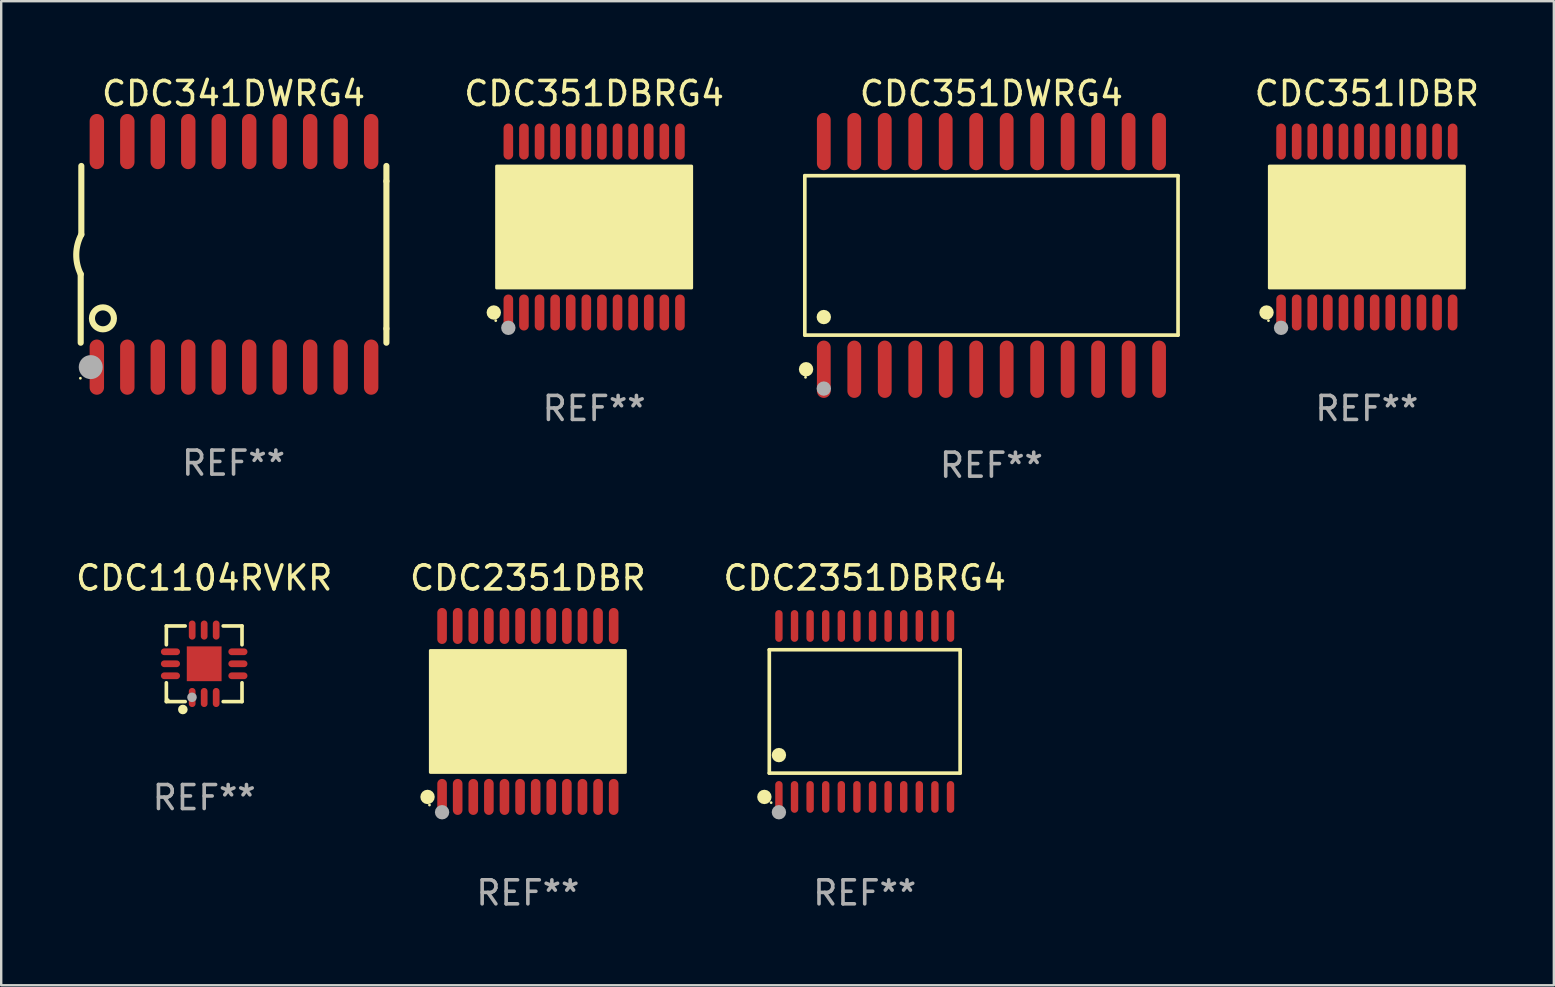
<source format=kicad_pcb>
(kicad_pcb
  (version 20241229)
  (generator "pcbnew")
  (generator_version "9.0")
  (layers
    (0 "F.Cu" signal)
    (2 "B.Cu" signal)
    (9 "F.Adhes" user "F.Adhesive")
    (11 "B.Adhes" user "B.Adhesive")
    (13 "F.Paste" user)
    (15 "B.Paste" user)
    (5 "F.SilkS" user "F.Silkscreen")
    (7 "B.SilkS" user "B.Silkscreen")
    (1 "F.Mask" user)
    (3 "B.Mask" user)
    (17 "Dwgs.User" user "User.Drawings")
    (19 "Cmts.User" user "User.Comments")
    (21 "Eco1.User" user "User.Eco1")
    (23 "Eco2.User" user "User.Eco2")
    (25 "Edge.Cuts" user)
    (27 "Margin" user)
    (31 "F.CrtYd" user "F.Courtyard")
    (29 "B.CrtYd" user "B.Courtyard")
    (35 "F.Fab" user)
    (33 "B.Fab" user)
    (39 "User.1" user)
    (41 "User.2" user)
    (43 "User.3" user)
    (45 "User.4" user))
  (footprint "CDC2351DBR"
    (layer "F.Cu")
    (at 18.946 26.595)
    (property "Reference" "CDC2351DBR" (at 0 -5.562 0) (layer "F.SilkS") (effects (font (size 1 1) (thickness 0.15))))
    (attr through_hole)
    (fp_circle (center -4.181 3.562) (end -4.031 3.562) (stroke (width 0.3) (type solid)) (fill no) (layer "F.SilkS"))
    (fp_circle (center -4.1 3.9) (end -4.07 3.9) (stroke (width 0.06) (type solid)) (fill no) (layer "F.SilkS"))
    (fp_circle (center -3.575 1.819) (end -3.425 1.819) (stroke (width 0.3) (type solid)) (fill no) (layer "F.SilkS"))
    (fp_poly (pts (xy -4.064 -2.54) (xy 4.064 -2.54) (xy 4.064 2.54) (xy -4.064 2.54)) (stroke (width 0.12) (type solid)) (fill yes) (layer "F.SilkS"))
    (fp_circle (center -3.575 4.2) (end -3.425 4.2) (stroke (width 0.3) (type solid)) (fill no) (layer "F.Fab"))
    (fp_text user "REF**" (at 0 7.562 0) (layer "F.Fab") (effects (font (size 1 1) (thickness 0.15))))
    (pad "1" smd oval (at -3.575 3.562) (size 0.4 1.5) (layers "F.Cu" "F.Mask" "F.Paste"))
    (pad "2" smd oval (at -2.925 3.562) (size 0.4 1.5) (layers "F.Cu" "F.Mask" "F.Paste"))
    (pad "3" smd oval (at -2.275 3.562) (size 0.4 1.5) (layers "F.Cu" "F.Mask" "F.Paste"))
    (pad "4" smd oval (at -1.625 3.562) (size 0.4 1.5) (layers "F.Cu" "F.Mask" "F.Paste"))
    (pad "5" smd oval (at -0.975 3.562) (size 0.4 1.5) (layers "F.Cu" "F.Mask" "F.Paste"))
    (pad "6" smd oval (at -0.325 3.562) (size 0.4 1.5) (layers "F.Cu" "F.Mask" "F.Paste"))
    (pad "7" smd oval (at 0.325 3.562) (size 0.4 1.5) (layers "F.Cu" "F.Mask" "F.Paste"))
    (pad "8" smd oval (at 0.975 3.562) (size 0.4 1.5) (layers "F.Cu" "F.Mask" "F.Paste"))
    (pad "9" smd oval (at 1.625 3.562) (size 0.4 1.5) (layers "F.Cu" "F.Mask" "F.Paste"))
    (pad "10" smd oval (at 2.275 3.562) (size 0.4 1.5) (layers "F.Cu" "F.Mask" "F.Paste"))
    (pad "11" smd oval (at 2.925 3.562) (size 0.4 1.5) (layers "F.Cu" "F.Mask" "F.Paste"))
    (pad "12" smd oval (at 3.575 3.562) (size 0.4 1.5) (layers "F.Cu" "F.Mask" "F.Paste"))
    (pad "13" smd oval (at 3.575 -3.562) (size 0.4 1.5) (layers "F.Cu" "F.Mask" "F.Paste"))
    (pad "14" smd oval (at 2.925 -3.562) (size 0.4 1.5) (layers "F.Cu" "F.Mask" "F.Paste"))
    (pad "15" smd oval (at 2.275 -3.562) (size 0.4 1.5) (layers "F.Cu" "F.Mask" "F.Paste"))
    (pad "16" smd oval (at 1.625 -3.562) (size 0.4 1.5) (layers "F.Cu" "F.Mask" "F.Paste"))
    (pad "17" smd oval (at 0.975 -3.562) (size 0.4 1.5) (layers "F.Cu" "F.Mask" "F.Paste"))
    (pad "18" smd oval (at 0.325 -3.562) (size 0.4 1.5) (layers "F.Cu" "F.Mask" "F.Paste"))
    (pad "19" smd oval (at -0.325 -3.562) (size 0.4 1.5) (layers "F.Cu" "F.Mask" "F.Paste"))
    (pad "20" smd oval (at -0.975 -3.562) (size 0.4 1.5) (layers "F.Cu" "F.Mask" "F.Paste"))
    (pad "21" smd oval (at -1.625 -3.562) (size 0.4 1.5) (layers "F.Cu" "F.Mask" "F.Paste"))
    (pad "22" smd oval (at -2.275 -3.562) (size 0.4 1.5) (layers "F.Cu" "F.Mask" "F.Paste"))
    (pad "23" smd oval (at -2.925 -3.562) (size 0.4 1.5) (layers "F.Cu" "F.Mask" "F.Paste"))
    (pad "24" smd oval (at -3.575 -3.562) (size 0.4 1.5) (layers "F.Cu" "F.Mask" "F.Paste")))
  (footprint "CDC1104RVKR"
    (layer "F.Cu")
    (at 5.458 24.609)
    (property "Reference" "CDC1104RVKR" (at 0 -3.576 0) (layer "F.SilkS") (effects (font (size 1 1) (thickness 0.15))))
    (attr through_hole)
    (fp_line (start -1.576 -1.576) (end -1.576 -0.792) (stroke (width 0.152) (type solid)) (layer "F.SilkS"))
    (fp_line (start -1.576 1.576) (end -1.576 0.792) (stroke (width 0.152) (type solid)) (layer "F.SilkS"))
    (fp_line (start -0.792 -1.576) (end -1.576 -1.576) (stroke (width 0.152) (type solid)) (layer "F.SilkS"))
    (fp_line (start -0.792 1.576) (end -1.576 1.576) (stroke (width 0.152) (type solid)) (layer "F.SilkS"))
    (fp_line (start 0.792 -1.576) (end 1.576 -1.576) (stroke (width 0.152) (type solid)) (layer "F.SilkS"))
    (fp_line (start 0.792 1.576) (end 1.576 1.576) (stroke (width 0.152) (type solid)) (layer "F.SilkS"))
    (fp_line (start 1.576 -1.576) (end 1.576 -0.792) (stroke (width 0.152) (type solid)) (layer "F.SilkS"))
    (fp_line (start 1.576 1.576) (end 1.576 0.792) (stroke (width 0.152) (type solid)) (layer "F.SilkS"))
    (fp_circle (center -1.5 1.5) (end -1.47 1.5) (stroke (width 0.06) (type solid)) (fill no) (layer "F.SilkS"))
    (fp_circle (center -0.889 1.905) (end -0.789 1.905) (stroke (width 0.2) (type solid)) (fill no) (layer "F.SilkS"))
    (fp_circle (center -0.508 1.397) (end -0.408 1.397) (stroke (width 0.2) (type solid)) (fill no) (layer "F.Fab"))
    (fp_text user "REF**" (at 0 5.576 0) (layer "F.Fab") (effects (font (size 1 1) (thickness 0.15))))
    (pad "1" smd oval (at -0.5 1.405) (size 0.28 0.796) (layers "F.Cu" "F.Mask" "F.Paste"))
    (pad "2" smd oval (at 0 1.405) (size 0.28 0.796) (layers "F.Cu" "F.Mask" "F.Paste"))
    (pad "3" smd oval (at 0.5 1.405) (size 0.28 0.796) (layers "F.Cu" "F.Mask" "F.Paste"))
    (pad "4" smd oval (at 1.405 0.5) (size 0.796 0.28) (layers "F.Cu" "F.Mask" "F.Paste"))
    (pad "5" smd oval (at 1.405 0) (size 0.796 0.28) (layers "F.Cu" "F.Mask" "F.Paste"))
    (pad "6" smd oval (at 1.405 -0.5) (size 0.796 0.28) (layers "F.Cu" "F.Mask" "F.Paste"))
    (pad "7" smd oval (at 0.5 -1.405) (size 0.28 0.796) (layers "F.Cu" "F.Mask" "F.Paste"))
    (pad "8" smd oval (at 0 -1.405) (size 0.28 0.796) (layers "F.Cu" "F.Mask" "F.Paste"))
    (pad "9" smd oval (at -0.5 -1.405) (size 0.28 0.796) (layers "F.Cu" "F.Mask" "F.Paste"))
    (pad "10" smd oval (at -1.405 -0.5) (size 0.796 0.28) (layers "F.Cu" "F.Mask" "F.Paste"))
    (pad "11" smd oval (at -1.405 0) (size 0.796 0.28) (layers "F.Cu" "F.Mask" "F.Paste"))
    (pad "12" smd oval (at -1.405 0.5) (size 0.796 0.28) (layers "F.Cu" "F.Mask" "F.Paste"))
    (pad "13" smd rect (at 0 0) (size 1.45 1.45) (layers "F.Cu" "F.Mask" "F.Paste")))
  (footprint "CDC341DWRG4"
    (layer "F.Cu")
    (at 6.682 7.548)
    (property "Reference" "CDC341DWRG4" (at 0 -6.7 0) (layer "F.SilkS") (effects (font (size 1 1) (thickness 0.15))))
    (attr through_hole)
    (fp_line (start -6.369 0.826) (end -6.369 3.683) (stroke (width 0.254) (type solid)) (layer "F.SilkS"))
    (fp_line (start -6.343 -0.825) (end -6.343 -3.683) (stroke (width 0.254) (type solid)) (layer "F.SilkS"))
    (fp_line (start 6.369 -3.048) (end 6.369 -3.683) (stroke (width 0.254) (type solid)) (layer "F.SilkS"))
    (fp_line (start 6.369 -3.048) (end 6.369 3.096) (stroke (width 0.254) (type solid)) (layer "F.SilkS"))
    (fp_line (start 6.369 3.096) (end 6.369 3.683) (stroke (width 0.254) (type solid)) (layer "F.SilkS"))
    (fp_arc (start -6.36853 0.825552) (mid -6.554743 -0.00301) (end -6.343129 -0.825451) (stroke (width 0.254001) (type solid)) (layer "F.SilkS"))
    (fp_circle (center -6.382 5.163) (end -6.352 5.163) (stroke (width 0.06) (type solid)) (fill no) (layer "F.SilkS"))
    (fp_circle (center -5.443 2.667) (end -4.985 2.667) (stroke (width 0.254) (type solid)) (fill no) (layer "F.SilkS"))
    (fp_circle (center -5.951 4.699) (end -5.701 4.699) (stroke (width 0.5) (type solid)) (fill no) (layer "F.Fab"))
    (fp_text user "REF**" (at 0 8.7 0) (layer "F.Fab") (effects (font (size 1 1) (thickness 0.15))))
    (pad "1" smd oval (at -5.697 4.7 180) (size 0.6 2.3) (layers "F.Cu" "F.Mask" "F.Paste"))
    (pad "2" smd oval (at -4.427 4.7 180) (size 0.6 2.3) (layers "F.Cu" "F.Mask" "F.Paste"))
    (pad "3" smd oval (at -3.157 4.7 180) (size 0.6 2.3) (layers "F.Cu" "F.Mask" "F.Paste"))
    (pad "4" smd oval (at -1.887 4.7 180) (size 0.6 2.3) (layers "F.Cu" "F.Mask" "F.Paste"))
    (pad "5" smd oval (at -0.617 4.7 180) (size 0.6 2.3) (layers "F.Cu" "F.Mask" "F.Paste"))
    (pad "6" smd oval (at 0.653 4.7 180) (size 0.6 2.3) (layers "F.Cu" "F.Mask" "F.Paste"))
    (pad "7" smd oval (at 1.923 4.7 180) (size 0.6 2.3) (layers "F.Cu" "F.Mask" "F.Paste"))
    (pad "8" smd oval (at 3.193 4.7 180) (size 0.6 2.3) (layers "F.Cu" "F.Mask" "F.Paste"))
    (pad "9" smd oval (at 4.463 4.7 180) (size 0.6 2.3) (layers "F.Cu" "F.Mask" "F.Paste"))
    (pad "10" smd oval (at 5.734 4.7 180) (size 0.6 2.3) (layers "F.Cu" "F.Mask" "F.Paste"))
    (pad "11" smd oval (at 5.734 -4.7 180) (size 0.6 2.3) (layers "F.Cu" "F.Mask" "F.Paste"))
    (pad "12" smd oval (at 4.463 -4.7 180) (size 0.6 2.3) (layers "F.Cu" "F.Mask" "F.Paste"))
    (pad "13" smd oval (at 3.193 -4.7 180) (size 0.6 2.3) (layers "F.Cu" "F.Mask" "F.Paste"))
    (pad "14" smd oval (at 1.923 -4.7 180) (size 0.6 2.3) (layers "F.Cu" "F.Mask" "F.Paste"))
    (pad "15" smd oval (at 0.653 -4.7 180) (size 0.6 2.3) (layers "F.Cu" "F.Mask" "F.Paste"))
    (pad "16" smd oval (at -0.617 -4.7 180) (size 0.6 2.3) (layers "F.Cu" "F.Mask" "F.Paste"))
    (pad "17" smd oval (at -1.887 -4.7 180) (size 0.6 2.3) (layers "F.Cu" "F.Mask" "F.Paste"))
    (pad "18" smd oval (at -3.157 -4.7 180) (size 0.6 2.3) (layers "F.Cu" "F.Mask" "F.Paste"))
    (pad "19" smd oval (at -4.427 -4.7 180) (size 0.6 2.3) (layers "F.Cu" "F.Mask" "F.Paste"))
    (pad "20" smd oval (at -5.697 -4.7 180) (size 0.6 2.3) (layers "F.Cu" "F.Mask" "F.Paste")))
  (footprint "CDC351DBRG4"
    (layer "F.Cu")
    (at 21.707 6.41)
    (property "Reference" "CDC351DBRG4" (at 0 -5.562 0) (layer "F.SilkS") (effects (font (size 1 1) (thickness 0.15))))
    (attr through_hole)
    (fp_circle (center -4.181 3.562) (end -4.031 3.562) (stroke (width 0.3) (type solid)) (fill no) (layer "F.SilkS"))
    (fp_circle (center -4.1 3.9) (end -4.07 3.9) (stroke (width 0.06) (type solid)) (fill no) (layer "F.SilkS"))
    (fp_circle (center -3.575 1.819) (end -3.425 1.819) (stroke (width 0.3) (type solid)) (fill no) (layer "F.SilkS"))
    (fp_poly (pts (xy -4.064 -2.54) (xy 4.064 -2.54) (xy 4.064 2.54) (xy -4.064 2.54)) (stroke (width 0.12) (type solid)) (fill yes) (layer "F.SilkS"))
    (fp_circle (center -3.575 4.2) (end -3.425 4.2) (stroke (width 0.3) (type solid)) (fill no) (layer "F.Fab"))
    (fp_text user "REF**" (at 0 7.562 0) (layer "F.Fab") (effects (font (size 1 1) (thickness 0.15))))
    (pad "1" smd oval (at -3.575 3.562) (size 0.4 1.5) (layers "F.Cu" "F.Mask" "F.Paste"))
    (pad "2" smd oval (at -2.925 3.562) (size 0.4 1.5) (layers "F.Cu" "F.Mask" "F.Paste"))
    (pad "3" smd oval (at -2.275 3.562) (size 0.4 1.5) (layers "F.Cu" "F.Mask" "F.Paste"))
    (pad "4" smd oval (at -1.625 3.562) (size 0.4 1.5) (layers "F.Cu" "F.Mask" "F.Paste"))
    (pad "5" smd oval (at -0.975 3.562) (size 0.4 1.5) (layers "F.Cu" "F.Mask" "F.Paste"))
    (pad "6" smd oval (at -0.325 3.562) (size 0.4 1.5) (layers "F.Cu" "F.Mask" "F.Paste"))
    (pad "7" smd oval (at 0.325 3.562) (size 0.4 1.5) (layers "F.Cu" "F.Mask" "F.Paste"))
    (pad "8" smd oval (at 0.975 3.562) (size 0.4 1.5) (layers "F.Cu" "F.Mask" "F.Paste"))
    (pad "9" smd oval (at 1.625 3.562) (size 0.4 1.5) (layers "F.Cu" "F.Mask" "F.Paste"))
    (pad "10" smd oval (at 2.275 3.562) (size 0.4 1.5) (layers "F.Cu" "F.Mask" "F.Paste"))
    (pad "11" smd oval (at 2.925 3.562) (size 0.4 1.5) (layers "F.Cu" "F.Mask" "F.Paste"))
    (pad "12" smd oval (at 3.575 3.562) (size 0.4 1.5) (layers "F.Cu" "F.Mask" "F.Paste"))
    (pad "13" smd oval (at 3.575 -3.562) (size 0.4 1.5) (layers "F.Cu" "F.Mask" "F.Paste"))
    (pad "14" smd oval (at 2.925 -3.562) (size 0.4 1.5) (layers "F.Cu" "F.Mask" "F.Paste"))
    (pad "15" smd oval (at 2.275 -3.562) (size 0.4 1.5) (layers "F.Cu" "F.Mask" "F.Paste"))
    (pad "16" smd oval (at 1.625 -3.562) (size 0.4 1.5) (layers "F.Cu" "F.Mask" "F.Paste"))
    (pad "17" smd oval (at 0.975 -3.562) (size 0.4 1.5) (layers "F.Cu" "F.Mask" "F.Paste"))
    (pad "18" smd oval (at 0.325 -3.562) (size 0.4 1.5) (layers "F.Cu" "F.Mask" "F.Paste"))
    (pad "19" smd oval (at -0.325 -3.562) (size 0.4 1.5) (layers "F.Cu" "F.Mask" "F.Paste"))
    (pad "20" smd oval (at -0.975 -3.562) (size 0.4 1.5) (layers "F.Cu" "F.Mask" "F.Paste"))
    (pad "21" smd oval (at -1.625 -3.562) (size 0.4 1.5) (layers "F.Cu" "F.Mask" "F.Paste"))
    (pad "22" smd oval (at -2.275 -3.562) (size 0.4 1.5) (layers "F.Cu" "F.Mask" "F.Paste"))
    (pad "23" smd oval (at -2.925 -3.562) (size 0.4 1.5) (layers "F.Cu" "F.Mask" "F.Paste"))
    (pad "24" smd oval (at -3.575 -3.562) (size 0.4 1.5) (layers "F.Cu" "F.Mask" "F.Paste")))
  (footprint "CDC351IDBR"
    (layer "F.Cu")
    (at 53.906 6.41)
    (property "Reference" "CDC351IDBR" (at 0 -5.562 0) (layer "F.SilkS") (effects (font (size 1 1) (thickness 0.15))))
    (attr through_hole)
    (fp_circle (center -4.181 3.562) (end -4.031 3.562) (stroke (width 0.3) (type solid)) (fill no) (layer "F.SilkS"))
    (fp_circle (center -4.1 3.9) (end -4.07 3.9) (stroke (width 0.06) (type solid)) (fill no) (layer "F.SilkS"))
    (fp_circle (center -3.575 1.819) (end -3.425 1.819) (stroke (width 0.3) (type solid)) (fill no) (layer "F.SilkS"))
    (fp_poly (pts (xy -4.064 -2.54) (xy 4.064 -2.54) (xy 4.064 2.54) (xy -4.064 2.54)) (stroke (width 0.12) (type solid)) (fill yes) (layer "F.SilkS"))
    (fp_circle (center -3.575 4.2) (end -3.425 4.2) (stroke (width 0.3) (type solid)) (fill no) (layer "F.Fab"))
    (fp_text user "REF**" (at 0 7.562 0) (layer "F.Fab") (effects (font (size 1 1) (thickness 0.15))))
    (pad "1" smd oval (at -3.575 3.562) (size 0.4 1.5) (layers "F.Cu" "F.Mask" "F.Paste"))
    (pad "2" smd oval (at -2.925 3.562) (size 0.4 1.5) (layers "F.Cu" "F.Mask" "F.Paste"))
    (pad "3" smd oval (at -2.275 3.562) (size 0.4 1.5) (layers "F.Cu" "F.Mask" "F.Paste"))
    (pad "4" smd oval (at -1.625 3.562) (size 0.4 1.5) (layers "F.Cu" "F.Mask" "F.Paste"))
    (pad "5" smd oval (at -0.975 3.562) (size 0.4 1.5) (layers "F.Cu" "F.Mask" "F.Paste"))
    (pad "6" smd oval (at -0.325 3.562) (size 0.4 1.5) (layers "F.Cu" "F.Mask" "F.Paste"))
    (pad "7" smd oval (at 0.325 3.562) (size 0.4 1.5) (layers "F.Cu" "F.Mask" "F.Paste"))
    (pad "8" smd oval (at 0.975 3.562) (size 0.4 1.5) (layers "F.Cu" "F.Mask" "F.Paste"))
    (pad "9" smd oval (at 1.625 3.562) (size 0.4 1.5) (layers "F.Cu" "F.Mask" "F.Paste"))
    (pad "10" smd oval (at 2.275 3.562) (size 0.4 1.5) (layers "F.Cu" "F.Mask" "F.Paste"))
    (pad "11" smd oval (at 2.925 3.562) (size 0.4 1.5) (layers "F.Cu" "F.Mask" "F.Paste"))
    (pad "12" smd oval (at 3.575 3.562) (size 0.4 1.5) (layers "F.Cu" "F.Mask" "F.Paste"))
    (pad "13" smd oval (at 3.575 -3.562) (size 0.4 1.5) (layers "F.Cu" "F.Mask" "F.Paste"))
    (pad "14" smd oval (at 2.925 -3.562) (size 0.4 1.5) (layers "F.Cu" "F.Mask" "F.Paste"))
    (pad "15" smd oval (at 2.275 -3.562) (size 0.4 1.5) (layers "F.Cu" "F.Mask" "F.Paste"))
    (pad "16" smd oval (at 1.625 -3.562) (size 0.4 1.5) (layers "F.Cu" "F.Mask" "F.Paste"))
    (pad "17" smd oval (at 0.975 -3.562) (size 0.4 1.5) (layers "F.Cu" "F.Mask" "F.Paste"))
    (pad "18" smd oval (at 0.325 -3.562) (size 0.4 1.5) (layers "F.Cu" "F.Mask" "F.Paste"))
    (pad "19" smd oval (at -0.325 -3.562) (size 0.4 1.5) (layers "F.Cu" "F.Mask" "F.Paste"))
    (pad "20" smd oval (at -0.975 -3.562) (size 0.4 1.5) (layers "F.Cu" "F.Mask" "F.Paste"))
    (pad "21" smd oval (at -1.625 -3.562) (size 0.4 1.5) (layers "F.Cu" "F.Mask" "F.Paste"))
    (pad "22" smd oval (at -2.275 -3.562) (size 0.4 1.5) (layers "F.Cu" "F.Mask" "F.Paste"))
    (pad "23" smd oval (at -2.925 -3.562) (size 0.4 1.5) (layers "F.Cu" "F.Mask" "F.Paste"))
    (pad "24" smd oval (at -3.575 -3.562) (size 0.4 1.5) (layers "F.Cu" "F.Mask" "F.Paste")))
  (footprint "CDC2351DBRG4"
    (layer "F.Cu")
    (at 32.982 26.595)
    (property "Reference" "CDC2351DBRG4" (at 0 -5.562 0) (layer "F.SilkS") (effects (font (size 1 1) (thickness 0.15))))
    (attr through_hole)
    (fp_line (start -3.976 -2.571) (end 3.976 -2.571) (stroke (width 0.152) (type solid)) (layer "F.SilkS"))
    (fp_line (start -3.976 2.571) (end -3.976 -2.571) (stroke (width 0.152) (type solid)) (layer "F.SilkS"))
    (fp_line (start 3.976 -2.571) (end 3.976 2.571) (stroke (width 0.152) (type solid)) (layer "F.SilkS"))
    (fp_line (start 3.976 2.571) (end -3.976 2.571) (stroke (width 0.152) (type solid)) (layer "F.SilkS"))
    (fp_circle (center -4.181 3.562) (end -4.031 3.562) (stroke (width 0.3) (type solid)) (fill no) (layer "F.SilkS"))
    (fp_circle (center -3.9 3.8) (end -3.87 3.8) (stroke (width 0.06) (type solid)) (fill no) (layer "F.SilkS"))
    (fp_circle (center -3.575 1.819) (end -3.425 1.819) (stroke (width 0.3) (type solid)) (fill no) (layer "F.SilkS"))
    (fp_circle (center -3.575 4.2) (end -3.425 4.2) (stroke (width 0.3) (type solid)) (fill no) (layer "F.Fab"))
    (fp_text user "REF**" (at 0 7.562 0) (layer "F.Fab") (effects (font (size 1 1) (thickness 0.15))))
    (pad "1" smd oval (at -3.575 3.562) (size 0.308 1.324) (layers "F.Cu" "F.Mask" "F.Paste"))
    (pad "2" smd oval (at -2.925 3.562) (size 0.308 1.324) (layers "F.Cu" "F.Mask" "F.Paste"))
    (pad "3" smd oval (at -2.275 3.562) (size 0.308 1.324) (layers "F.Cu" "F.Mask" "F.Paste"))
    (pad "4" smd oval (at -1.625 3.562) (size 0.308 1.324) (layers "F.Cu" "F.Mask" "F.Paste"))
    (pad "5" smd oval (at -0.975 3.562) (size 0.308 1.324) (layers "F.Cu" "F.Mask" "F.Paste"))
    (pad "6" smd oval (at -0.325 3.562) (size 0.308 1.324) (layers "F.Cu" "F.Mask" "F.Paste"))
    (pad "7" smd oval (at 0.325 3.562) (size 0.308 1.324) (layers "F.Cu" "F.Mask" "F.Paste"))
    (pad "8" smd oval (at 0.975 3.562) (size 0.308 1.324) (layers "F.Cu" "F.Mask" "F.Paste"))
    (pad "9" smd oval (at 1.625 3.562) (size 0.308 1.324) (layers "F.Cu" "F.Mask" "F.Paste"))
    (pad "10" smd oval (at 2.275 3.562) (size 0.308 1.324) (layers "F.Cu" "F.Mask" "F.Paste"))
    (pad "11" smd oval (at 2.925 3.562) (size 0.308 1.324) (layers "F.Cu" "F.Mask" "F.Paste"))
    (pad "12" smd oval (at 3.575 3.562) (size 0.308 1.324) (layers "F.Cu" "F.Mask" "F.Paste"))
    (pad "13" smd oval (at 3.575 -3.562) (size 0.308 1.324) (layers "F.Cu" "F.Mask" "F.Paste"))
    (pad "14" smd oval (at 2.925 -3.562) (size 0.308 1.324) (layers "F.Cu" "F.Mask" "F.Paste"))
    (pad "15" smd oval (at 2.275 -3.562) (size 0.308 1.324) (layers "F.Cu" "F.Mask" "F.Paste"))
    (pad "16" smd oval (at 1.625 -3.562) (size 0.308 1.324) (layers "F.Cu" "F.Mask" "F.Paste"))
    (pad "17" smd oval (at 0.975 -3.562) (size 0.308 1.324) (layers "F.Cu" "F.Mask" "F.Paste"))
    (pad "18" smd oval (at 0.325 -3.562) (size 0.308 1.324) (layers "F.Cu" "F.Mask" "F.Paste"))
    (pad "19" smd oval (at -0.325 -3.562) (size 0.308 1.324) (layers "F.Cu" "F.Mask" "F.Paste"))
    (pad "20" smd oval (at -0.975 -3.562) (size 0.308 1.324) (layers "F.Cu" "F.Mask" "F.Paste"))
    (pad "21" smd oval (at -1.625 -3.562) (size 0.308 1.324) (layers "F.Cu" "F.Mask" "F.Paste"))
    (pad "22" smd oval (at -2.275 -3.562) (size 0.308 1.324) (layers "F.Cu" "F.Mask" "F.Paste"))
    (pad "23" smd oval (at -2.925 -3.562) (size 0.308 1.324) (layers "F.Cu" "F.Mask" "F.Paste"))
    (pad "24" smd oval (at -3.575 -3.562) (size 0.308 1.324) (layers "F.Cu" "F.Mask" "F.Paste")))
  (footprint "CDC351DWRG4"
    (layer "F.Cu")
    (at 38.262 7.592)
    (property "Reference" "CDC351DWRG4" (at 0 -6.744 0) (layer "F.SilkS") (effects (font (size 1 1) (thickness 0.15))))
    (attr through_hole)
    (fp_line (start -7.776 -3.321) (end 7.776 -3.321) (stroke (width 0.152) (type solid)) (layer "F.SilkS"))
    (fp_line (start -7.776 3.321) (end -7.776 -3.321) (stroke (width 0.152) (type solid)) (layer "F.SilkS"))
    (fp_line (start 7.776 -3.321) (end 7.776 3.321) (stroke (width 0.152) (type solid)) (layer "F.SilkS"))
    (fp_line (start 7.776 3.321) (end -7.776 3.321) (stroke (width 0.152) (type solid)) (layer "F.SilkS"))
    (fp_circle (center -7.747 5.08) (end -7.717 5.08) (stroke (width 0.06) (type solid)) (fill no) (layer "F.SilkS"))
    (fp_circle (center -7.724 4.744) (end -7.574 4.744) (stroke (width 0.3) (type solid)) (fill no) (layer "F.SilkS"))
    (fp_circle (center -6.985 2.569) (end -6.835 2.569) (stroke (width 0.3) (type solid)) (fill no) (layer "F.SilkS"))
    (fp_circle (center -6.985 5.55) (end -6.835 5.55) (stroke (width 0.3) (type solid)) (fill no) (layer "F.Fab"))
    (fp_text user "REF**" (at 0 8.744 0) (layer "F.Fab") (effects (font (size 1 1) (thickness 0.15))))
    (pad "1" smd oval (at -6.985 4.744) (size 0.574 2.388) (layers "F.Cu" "F.Mask" "F.Paste"))
    (pad "2" smd oval (at -5.715 4.744) (size 0.574 2.388) (layers "F.Cu" "F.Mask" "F.Paste"))
    (pad "3" smd oval (at -4.445 4.744) (size 0.574 2.388) (layers "F.Cu" "F.Mask" "F.Paste"))
    (pad "4" smd oval (at -3.175 4.744) (size 0.574 2.388) (layers "F.Cu" "F.Mask" "F.Paste"))
    (pad "5" smd oval (at -1.905 4.744) (size 0.574 2.388) (layers "F.Cu" "F.Mask" "F.Paste"))
    (pad "6" smd oval (at -0.635 4.744) (size 0.574 2.388) (layers "F.Cu" "F.Mask" "F.Paste"))
    (pad "7" smd oval (at 0.635 4.744) (size 0.574 2.388) (layers "F.Cu" "F.Mask" "F.Paste"))
    (pad "8" smd oval (at 1.905 4.744) (size 0.574 2.388) (layers "F.Cu" "F.Mask" "F.Paste"))
    (pad "9" smd oval (at 3.175 4.744) (size 0.574 2.388) (layers "F.Cu" "F.Mask" "F.Paste"))
    (pad "10" smd oval (at 4.445 4.744) (size 0.574 2.388) (layers "F.Cu" "F.Mask" "F.Paste"))
    (pad "11" smd oval (at 5.715 4.744) (size 0.574 2.388) (layers "F.Cu" "F.Mask" "F.Paste"))
    (pad "12" smd oval (at 6.985 4.744) (size 0.574 2.388) (layers "F.Cu" "F.Mask" "F.Paste"))
    (pad "13" smd oval (at 6.985 -4.744) (size 0.574 2.388) (layers "F.Cu" "F.Mask" "F.Paste"))
    (pad "14" smd oval (at 5.715 -4.744) (size 0.574 2.388) (layers "F.Cu" "F.Mask" "F.Paste"))
    (pad "15" smd oval (at 4.445 -4.744) (size 0.574 2.388) (layers "F.Cu" "F.Mask" "F.Paste"))
    (pad "16" smd oval (at 3.175 -4.744) (size 0.574 2.388) (layers "F.Cu" "F.Mask" "F.Paste"))
    (pad "17" smd oval (at 1.905 -4.744) (size 0.574 2.388) (layers "F.Cu" "F.Mask" "F.Paste"))
    (pad "18" smd oval (at 0.635 -4.744) (size 0.574 2.388) (layers "F.Cu" "F.Mask" "F.Paste"))
    (pad "19" smd oval (at -0.635 -4.744) (size 0.574 2.388) (layers "F.Cu" "F.Mask" "F.Paste"))
    (pad "20" smd oval (at -1.905 -4.744) (size 0.574 2.388) (layers "F.Cu" "F.Mask" "F.Paste"))
    (pad "21" smd oval (at -3.175 -4.744) (size 0.574 2.388) (layers "F.Cu" "F.Mask" "F.Paste"))
    (pad "22" smd oval (at -4.445 -4.744) (size 0.574 2.388) (layers "F.Cu" "F.Mask" "F.Paste"))
    (pad "23" smd oval (at -5.715 -4.744) (size 0.574 2.388) (layers "F.Cu" "F.Mask" "F.Paste"))
    (pad "24" smd oval (at -6.985 -4.744) (size 0.574 2.388) (layers "F.Cu" "F.Mask" "F.Paste")))
  (gr_rect
    (start -3 -3)
    (end 61.697 38.005)
    (stroke (width 0.1) (type default))
    (fill no)
    (layer "Edge.Cuts")))
</source>
